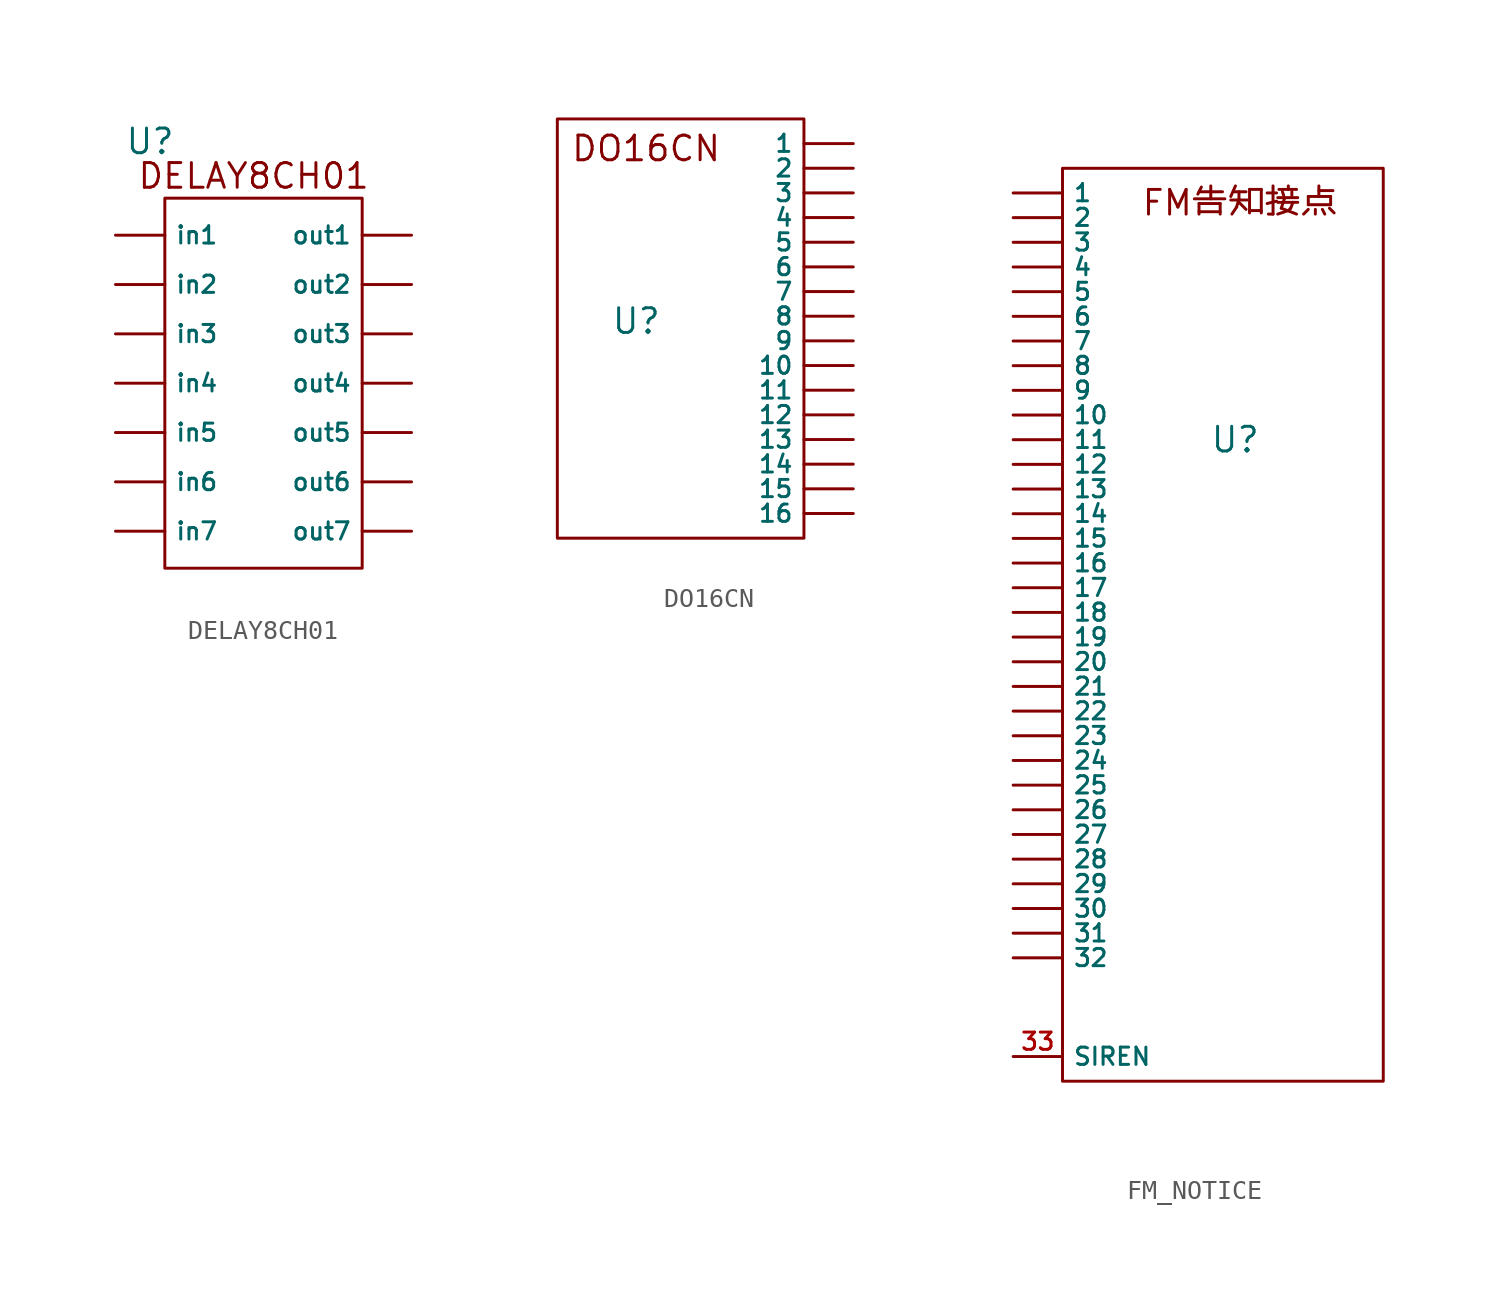
<source format=kicad_sym>
(kicad_symbol_lib
  (version 20231120)
  (generator "kicad_symbol_editor")
  (generator_version "8.0")
  (symbol "DELAY8CH01"
    (property "Reference" "U"
      (at -5.842 12.446 0)
      (effects (font (size 1.27 1.27))))
    (property "Value" ""
      (at 0 -2.54 0)
      (effects (font (size 1.27 1.27))))
    (symbol "DELAY8CH01_0_1"
      (rectangle (start -5.08 9.525) (end 5.08 -9.525) (stroke (width 0) (type default)) (fill (type none))))
    (symbol "DELAY8CH01_1_1"
      (text "DELAY8CH01" (at -0.508 10.668 0) (effects (font (size 1.27 1.27))))
      (pin input line (at -7.62 7.62 0) (length 2.54) (name "in1" (effects (font (size 0.889 0.889)))) (number "" (effects (font (size 1.27 1.27)))))
      (pin input line (at -7.62 5.08 0) (length 2.54) (name "in2" (effects (font (size 0.889 0.889)))) (number "" (effects (font (size 1.27 1.27)))))
      (pin input line (at -7.62 2.54 0) (length 2.54) (name "in3" (effects (font (size 0.889 0.889)))) (number "" (effects (font (size 1.27 1.27)))))
      (pin input line (at -7.62 0 0) (length 2.54) (name "in4" (effects (font (size 0.889 0.889)))) (number "" (effects (font (size 1.27 1.27)))))
      (pin input line (at -7.62 -2.54 0) (length 2.54) (name "in5" (effects (font (size 0.889 0.889)))) (number "" (effects (font (size 1.27 1.27)))))
      (pin input line (at -7.62 -5.08 0) (length 2.54) (name "in6" (effects (font (size 0.889 0.889)))) (number "" (effects (font (size 1.27 1.27)))))
      (pin input line (at -7.62 -7.62 0) (length 2.54) (name "in7" (effects (font (size 0.889 0.889)))) (number "" (effects (font (size 1.27 1.27)))))
      (pin output line (at 7.62 7.62 180) (length 2.54) (name "out1" (effects (font (size 0.889 0.889)))) (number "" (effects (font (size 1.27 1.27)))))
      (pin output line (at 7.62 5.08 180) (length 2.54) (name "out2" (effects (font (size 0.889 0.889)))) (number "" (effects (font (size 1.27 1.27)))))
      (pin output line (at 7.62 2.54 180) (length 2.54) (name "out3" (effects (font (size 0.889 0.889)))) (number "" (effects (font (size 1.27 1.27)))))
      (pin output line (at 7.62 0 180) (length 2.54) (name "out4" (effects (font (size 0.889 0.889)))) (number "" (effects (font (size 1.27 1.27)))))
      (pin output line (at 7.62 -2.54 180) (length 2.54) (name "out5" (effects (font (size 0.889 0.889)))) (number "" (effects (font (size 1.27 1.27)))))
      (pin output line (at 7.62 -5.08 180) (length 2.54) (name "out6" (effects (font (size 0.889 0.889)))) (number "" (effects (font (size 1.27 1.27)))))
      (pin output line (at 7.62 -7.62 180) (length 2.54) (name "out7" (effects (font (size 0.889 0.889)))) (number "" (effects (font (size 1.27 1.27)))))))
  (symbol "DO16CN"
    (property "Reference" "U"
      (at -3.556 -0.254 0)
      (effects (font (size 1.27 1.27))))
    (property "Value" ""
      (at -3.81 0 0)
      (effects (font (size 1.27 1.27))))
    (symbol "DO16CN_0_1"
      (rectangle (start -7.62 10.16) (end 5.08 -11.43) (stroke (width 0) (type default)) (fill (type none))))
    (symbol "DO16CN_1_1"
      (text "DO16CN" (at -3.048 8.636 0) (effects (font (size 1.27 1.27))))
      (pin input line (at 7.62 8.89 180) (length 2.54) (name "1" (effects (font (size 0.889 0.889)))) (number "" (effects (font (size 1.27 1.27)))))
      (pin input line (at 7.62 -2.54 180) (length 2.54) (name "10" (effects (font (size 0.889 0.889)))) (number "" (effects (font (size 1.27 1.27)))))
      (pin input line (at 7.62 -3.81 180) (length 2.54) (name "11" (effects (font (size 0.889 0.889)))) (number "" (effects (font (size 1.27 1.27)))))
      (pin input line (at 7.62 -5.08 180) (length 2.54) (name "12" (effects (font (size 0.889 0.889)))) (number "" (effects (font (size 1.27 1.27)))))
      (pin input line (at 7.62 -6.35 180) (length 2.54) (name "13" (effects (font (size 0.889 0.889)))) (number "" (effects (font (size 1.27 1.27)))))
      (pin input line (at 7.62 -7.62 180) (length 2.54) (name "14" (effects (font (size 0.889 0.889)))) (number "" (effects (font (size 1.27 1.27)))))
      (pin input line (at 7.62 -8.89 180) (length 2.54) (name "15" (effects (font (size 0.889 0.889)))) (number "" (effects (font (size 1.27 1.27)))))
      (pin input line (at 7.62 -10.16 180) (length 2.54) (name "16" (effects (font (size 0.889 0.889)))) (number "" (effects (font (size 1.27 1.27)))))
      (pin input line (at 7.62 7.62 180) (length 2.54) (name "2" (effects (font (size 0.889 0.889)))) (number "" (effects (font (size 1.27 1.27)))))
      (pin input line (at 7.62 6.35 180) (length 2.54) (name "3" (effects (font (size 0.889 0.889)))) (number "" (effects (font (size 1.27 1.27)))))
      (pin input line (at 7.62 5.08 180) (length 2.54) (name "4" (effects (font (size 0.889 0.889)))) (number "" (effects (font (size 1.27 1.27)))))
      (pin input line (at 7.62 3.81 180) (length 2.54) (name "5" (effects (font (size 0.889 0.889)))) (number "" (effects (font (size 1.27 1.27)))))
      (pin input line (at 7.62 2.54 180) (length 2.54) (name "6" (effects (font (size 0.889 0.889)))) (number "" (effects (font (size 1.27 1.27)))))
      (pin input line (at 7.62 1.27 180) (length 2.54) (name "7" (effects (font (size 0.889 0.889)))) (number "" (effects (font (size 1.27 1.27)))))
      (pin input line (at 7.62 0 180) (length 2.54) (name "8" (effects (font (size 0.889 0.889)))) (number "" (effects (font (size 1.27 1.27)))))
      (pin input line (at 7.62 -1.27 180) (length 2.54) (name "9" (effects (font (size 0.889 0.889)))) (number "" (effects (font (size 1.27 1.27)))))))
  (symbol "FM_NOTICE"
    (property "Reference" "U"
      (at 0 0 0)
      (effects (font (size 1.27 1.27))))
    (property "Value" ""
      (at 0 0 0)
      (effects (font (size 1.27 1.27))))
    (symbol "FM_NOTICE_0_1"
      (rectangle (start -8.89 13.97) (end 7.62 -33.02) (stroke (width 0) (type default)) (fill (type none))))
    (symbol "FM_NOTICE_1_1"
      (text "FM告知接点" (at 0.254 12.192 0) (effects (font (size 1.27 1.27))))
      (pin input line (at -11.43 12.7 0) (length 2.54) (name "1" (effects (font (size 0.889 0.889)))) (number "" (effects (font (size 1.27 1.27)))))
      (pin input line (at -11.43 1.27 0) (length 2.54) (name "10" (effects (font (size 0.889 0.889)))) (number "" (effects (font (size 1.27 1.27)))))
      (pin input line (at -11.43 0 0) (length 2.54) (name "11" (effects (font (size 0.889 0.889)))) (number "" (effects (font (size 1.27 1.27)))))
      (pin input line (at -11.43 -1.27 0) (length 2.54) (name "12" (effects (font (size 0.889 0.889)))) (number "" (effects (font (size 1.27 1.27)))))
      (pin input line (at -11.43 -2.54 0) (length 2.54) (name "13" (effects (font (size 0.889 0.889)))) (number "" (effects (font (size 1.27 1.27)))))
      (pin input line (at -11.43 -3.81 0) (length 2.54) (name "14" (effects (font (size 0.889 0.889)))) (number "" (effects (font (size 1.27 1.27)))))
      (pin input line (at -11.43 -5.08 0) (length 2.54) (name "15" (effects (font (size 0.889 0.889)))) (number "" (effects (font (size 1.27 1.27)))))
      (pin input line (at -11.43 -6.35 0) (length 2.54) (name "16" (effects (font (size 0.889 0.889)))) (number "" (effects (font (size 1.27 1.27)))))
      (pin input line (at -11.43 -7.62 0) (length 2.54) (name "17" (effects (font (size 0.889 0.889)))) (number "" (effects (font (size 1.27 1.27)))))
      (pin input line (at -11.43 -8.89 0) (length 2.54) (name "18" (effects (font (size 0.889 0.889)))) (number "" (effects (font (size 1.27 1.27)))))
      (pin input line (at -11.43 -10.16 0) (length 2.54) (name "19" (effects (font (size 0.889 0.889)))) (number "" (effects (font (size 1.27 1.27)))))
      (pin input line (at -11.43 11.43 0) (length 2.54) (name "2" (effects (font (size 0.889 0.889)))) (number "" (effects (font (size 1.27 1.27)))))
      (pin input line (at -11.43 -11.43 0) (length 2.54) (name "20" (effects (font (size 0.889 0.889)))) (number "" (effects (font (size 1.27 1.27)))))
      (pin input line (at -11.43 -12.7 0) (length 2.54) (name "21" (effects (font (size 0.889 0.889)))) (number "" (effects (font (size 1.27 1.27)))))
      (pin input line (at -11.43 -13.97 0) (length 2.54) (name "22" (effects (font (size 0.889 0.889)))) (number "" (effects (font (size 1.27 1.27)))))
      (pin input line (at -11.43 -15.24 0) (length 2.54) (name "23" (effects (font (size 0.889 0.889)))) (number "" (effects (font (size 1.27 1.27)))))
      (pin input line (at -11.43 -16.51 0) (length 2.54) (name "24" (effects (font (size 0.889 0.889)))) (number "" (effects (font (size 1.27 1.27)))))
      (pin input line (at -11.43 -17.78 0) (length 2.54) (name "25" (effects (font (size 0.889 0.889)))) (number "" (effects (font (size 1.27 1.27)))))
      (pin input line (at -11.43 -19.05 0) (length 2.54) (name "26" (effects (font (size 0.889 0.889)))) (number "" (effects (font (size 1.27 1.27)))))
      (pin input line (at -11.43 -20.32 0) (length 2.54) (name "27" (effects (font (size 0.889 0.889)))) (number "" (effects (font (size 1.27 1.27)))))
      (pin input line (at -11.43 -21.59 0) (length 2.54) (name "28" (effects (font (size 0.889 0.889)))) (number "" (effects (font (size 1.27 1.27)))))
      (pin input line (at -11.43 -22.86 0) (length 2.54) (name "29" (effects (font (size 0.889 0.889)))) (number "" (effects (font (size 1.27 1.27)))))
      (pin input line (at -11.43 10.16 0) (length 2.54) (name "3" (effects (font (size 0.889 0.889)))) (number "" (effects (font (size 1.27 1.27)))))
      (pin input line (at -11.43 -24.13 0) (length 2.54) (name "30" (effects (font (size 0.889 0.889)))) (number "" (effects (font (size 1.27 1.27)))))
      (pin input line (at -11.43 -25.4 0) (length 2.54) (name "31" (effects (font (size 0.889 0.889)))) (number "" (effects (font (size 1.27 1.27)))))
      (pin input line (at -11.43 -26.67 0) (length 2.54) (name "32" (effects (font (size 0.889 0.889)))) (number "" (effects (font (size 1.27 1.27)))))
      (pin input line (at -11.43 8.89 0) (length 2.54) (name "4" (effects (font (size 0.889 0.889)))) (number "" (effects (font (size 1.27 1.27)))))
      (pin input line (at -11.43 7.62 0) (length 2.54) (name "5" (effects (font (size 0.889 0.889)))) (number "" (effects (font (size 1.27 1.27)))))
      (pin input line (at -11.43 6.35 0) (length 2.54) (name "6" (effects (font (size 0.889 0.889)))) (number "" (effects (font (size 1.27 1.27)))))
      (pin input line (at -11.43 5.08 0) (length 2.54) (name "7" (effects (font (size 0.889 0.889)))) (number "" (effects (font (size 1.27 1.27)))))
      (pin input line (at -11.43 3.81 0) (length 2.54) (name "8" (effects (font (size 0.889 0.889)))) (number "" (effects (font (size 1.27 1.27)))))
      (pin input line (at -11.43 2.54 0) (length 2.54) (name "9" (effects (font (size 0.889 0.889)))) (number "" (effects (font (size 1.27 1.27)))))
      (pin input line (at -11.43 -31.75 0) (length 2.54) (name "SIREN" (effects (font (size 0.889 0.889)))) (number "33" (effects (font (size 0.889 0.889))))))))
</source>
